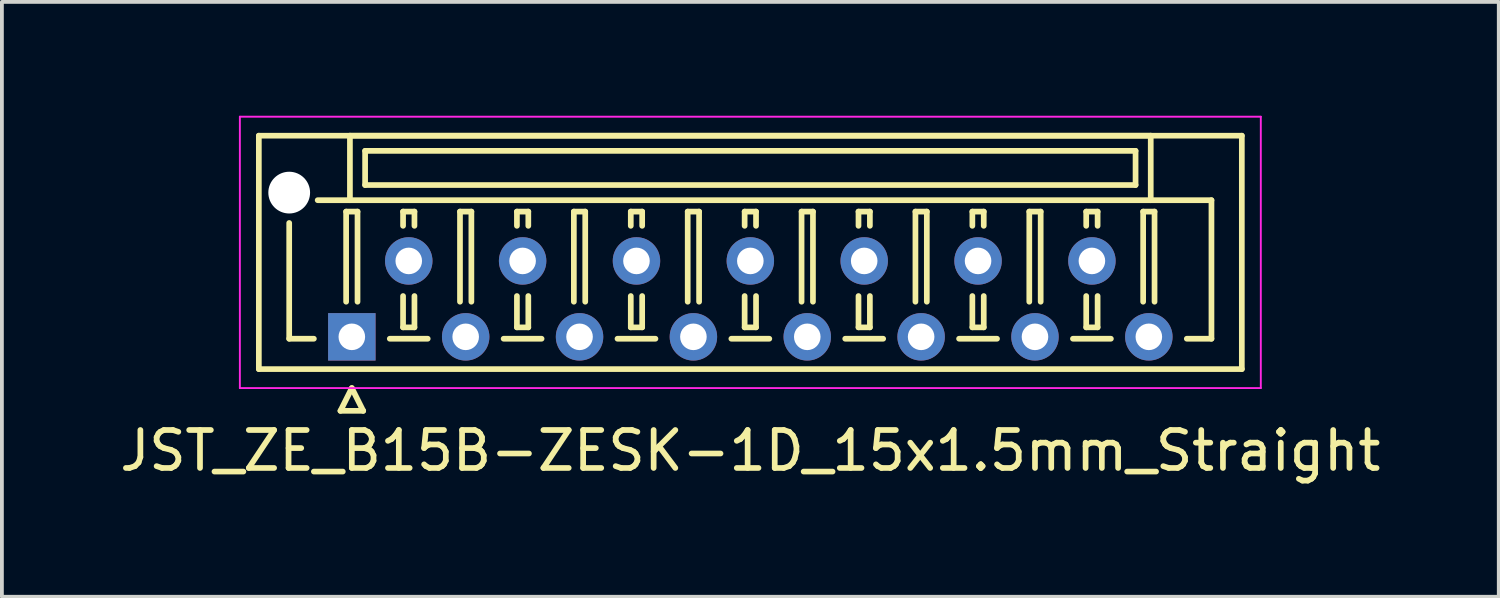
<source format=kicad_pcb>
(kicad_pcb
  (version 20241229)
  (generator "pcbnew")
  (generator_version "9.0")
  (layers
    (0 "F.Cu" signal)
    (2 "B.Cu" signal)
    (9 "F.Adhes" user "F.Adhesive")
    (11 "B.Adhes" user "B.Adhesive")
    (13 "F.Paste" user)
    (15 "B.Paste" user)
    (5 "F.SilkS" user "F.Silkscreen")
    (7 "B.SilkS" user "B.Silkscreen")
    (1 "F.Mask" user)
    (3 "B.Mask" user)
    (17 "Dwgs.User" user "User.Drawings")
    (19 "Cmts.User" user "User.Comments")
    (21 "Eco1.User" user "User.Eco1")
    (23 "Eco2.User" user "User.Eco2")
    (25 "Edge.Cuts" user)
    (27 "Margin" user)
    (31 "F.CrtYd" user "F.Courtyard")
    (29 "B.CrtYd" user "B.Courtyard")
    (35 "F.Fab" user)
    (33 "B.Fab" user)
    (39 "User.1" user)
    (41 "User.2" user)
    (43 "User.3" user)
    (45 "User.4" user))
  (footprint "JST_ZE_B15B-ZESK-1D_15x1.5mm_Straight"
    (layer "F.Cu")
    (at 6.22 5.825)
    (property "Reference" "JST_ZE_B15B-ZESK-1D_15x1.5mm_Straight" (at 10.5 3 0) (layer "F.SilkS") (effects (font (size 1 1) (thickness 0.15))))
    (attr through_hole)
    (fp_line (start -2.45 -5.3) (end -2.45 0.85) (stroke (width 0.15) (type solid)) (layer "F.SilkS"))
    (fp_line (start -2.45 0.85) (end 23.45 0.85) (stroke (width 0.15) (type solid)) (layer "F.SilkS"))
    (fp_line (start -1.65 -3) (end -1.65 0.05) (stroke (width 0.15) (type solid)) (layer "F.SilkS"))
    (fp_line (start -1.65 0.05) (end -1 0.05) (stroke (width 0.15) (type solid)) (layer "F.SilkS"))
    (fp_line (start -0.3 1.95) (end 0 1.35) (stroke (width 0.15) (type solid)) (layer "F.SilkS"))
    (fp_line (start -0.15 -3.3) (end 0.15 -3.3) (stroke (width 0.15) (type solid)) (layer "F.SilkS"))
    (fp_line (start -0.15 -0.925) (end -0.15 -3.3) (stroke (width 0.15) (type solid)) (layer "F.SilkS"))
    (fp_line (start -0.05 -5.3) (end -0.05 -3.6) (stroke (width 0.15) (type solid)) (layer "F.SilkS"))
    (fp_line (start -0.05 -3.6) (end -0.9 -3.6) (stroke (width 0.15) (type solid)) (layer "F.SilkS"))
    (fp_line (start -0.05 -3.6) (end 21.05 -3.6) (stroke (width 0.15) (type solid)) (layer "F.SilkS"))
    (fp_line (start 0 1.35) (end 0.3 1.95) (stroke (width 0.15) (type solid)) (layer "F.SilkS"))
    (fp_line (start 0.15 -3.3) (end 0.15 -0.925) (stroke (width 0.15) (type solid)) (layer "F.SilkS"))
    (fp_line (start 0.3 1.95) (end -0.3 1.95) (stroke (width 0.15) (type solid)) (layer "F.SilkS"))
    (fp_line (start 0.35 -4.9) (end 0.35 -4) (stroke (width 0.15) (type solid)) (layer "F.SilkS"))
    (fp_line (start 0.35 -4) (end 20.65 -4) (stroke (width 0.15) (type solid)) (layer "F.SilkS"))
    (fp_line (start 1 0.05) (end 2 0.05) (stroke (width 0.15) (type solid)) (layer "F.SilkS"))
    (fp_line (start 1.35 -3.3) (end 1.65 -3.3) (stroke (width 0.15) (type solid)) (layer "F.SilkS"))
    (fp_line (start 1.35 -2.925) (end 1.35 -3.3) (stroke (width 0.15) (type solid)) (layer "F.SilkS"))
    (fp_line (start 1.35 -1.075) (end 1.35 -0.25) (stroke (width 0.15) (type solid)) (layer "F.SilkS"))
    (fp_line (start 1.35 -0.25) (end 1.65 -0.25) (stroke (width 0.15) (type solid)) (layer "F.SilkS"))
    (fp_line (start 1.65 -3.3) (end 1.65 -2.925) (stroke (width 0.15) (type solid)) (layer "F.SilkS"))
    (fp_line (start 1.65 -0.25) (end 1.65 -1.075) (stroke (width 0.15) (type solid)) (layer "F.SilkS"))
    (fp_line (start 2.85 -3.3) (end 3.15 -3.3) (stroke (width 0.15) (type solid)) (layer "F.SilkS"))
    (fp_line (start 2.85 -0.925) (end 2.85 -3.3) (stroke (width 0.15) (type solid)) (layer "F.SilkS"))
    (fp_line (start 3.15 -3.3) (end 3.15 -0.925) (stroke (width 0.15) (type solid)) (layer "F.SilkS"))
    (fp_line (start 4 0.05) (end 5 0.05) (stroke (width 0.15) (type solid)) (layer "F.SilkS"))
    (fp_line (start 4.35 -3.3) (end 4.65 -3.3) (stroke (width 0.15) (type solid)) (layer "F.SilkS"))
    (fp_line (start 4.35 -2.925) (end 4.35 -3.3) (stroke (width 0.15) (type solid)) (layer "F.SilkS"))
    (fp_line (start 4.35 -1.075) (end 4.35 -0.25) (stroke (width 0.15) (type solid)) (layer "F.SilkS"))
    (fp_line (start 4.35 -0.25) (end 4.65 -0.25) (stroke (width 0.15) (type solid)) (layer "F.SilkS"))
    (fp_line (start 4.65 -3.3) (end 4.65 -2.925) (stroke (width 0.15) (type solid)) (layer "F.SilkS"))
    (fp_line (start 4.65 -0.25) (end 4.65 -1.075) (stroke (width 0.15) (type solid)) (layer "F.SilkS"))
    (fp_line (start 5.85 -3.3) (end 6.15 -3.3) (stroke (width 0.15) (type solid)) (layer "F.SilkS"))
    (fp_line (start 5.85 -0.925) (end 5.85 -3.3) (stroke (width 0.15) (type solid)) (layer "F.SilkS"))
    (fp_line (start 6.15 -3.3) (end 6.15 -0.925) (stroke (width 0.15) (type solid)) (layer "F.SilkS"))
    (fp_line (start 7 0.05) (end 8 0.05) (stroke (width 0.15) (type solid)) (layer "F.SilkS"))
    (fp_line (start 7.35 -3.3) (end 7.65 -3.3) (stroke (width 0.15) (type solid)) (layer "F.SilkS"))
    (fp_line (start 7.35 -2.925) (end 7.35 -3.3) (stroke (width 0.15) (type solid)) (layer "F.SilkS"))
    (fp_line (start 7.35 -1.075) (end 7.35 -0.25) (stroke (width 0.15) (type solid)) (layer "F.SilkS"))
    (fp_line (start 7.35 -0.25) (end 7.65 -0.25) (stroke (width 0.15) (type solid)) (layer "F.SilkS"))
    (fp_line (start 7.65 -3.3) (end 7.65 -2.925) (stroke (width 0.15) (type solid)) (layer "F.SilkS"))
    (fp_line (start 7.65 -0.25) (end 7.65 -1.075) (stroke (width 0.15) (type solid)) (layer "F.SilkS"))
    (fp_line (start 8.85 -3.3) (end 9.15 -3.3) (stroke (width 0.15) (type solid)) (layer "F.SilkS"))
    (fp_line (start 8.85 -0.925) (end 8.85 -3.3) (stroke (width 0.15) (type solid)) (layer "F.SilkS"))
    (fp_line (start 9.15 -3.3) (end 9.15 -0.925) (stroke (width 0.15) (type solid)) (layer "F.SilkS"))
    (fp_line (start 10 0.05) (end 11 0.05) (stroke (width 0.15) (type solid)) (layer "F.SilkS"))
    (fp_line (start 10.35 -3.3) (end 10.65 -3.3) (stroke (width 0.15) (type solid)) (layer "F.SilkS"))
    (fp_line (start 10.35 -2.925) (end 10.35 -3.3) (stroke (width 0.15) (type solid)) (layer "F.SilkS"))
    (fp_line (start 10.35 -1.075) (end 10.35 -0.25) (stroke (width 0.15) (type solid)) (layer "F.SilkS"))
    (fp_line (start 10.35 -0.25) (end 10.65 -0.25) (stroke (width 0.15) (type solid)) (layer "F.SilkS"))
    (fp_line (start 10.65 -3.3) (end 10.65 -2.925) (stroke (width 0.15) (type solid)) (layer "F.SilkS"))
    (fp_line (start 10.65 -0.25) (end 10.65 -1.075) (stroke (width 0.15) (type solid)) (layer "F.SilkS"))
    (fp_line (start 11.85 -3.3) (end 12.15 -3.3) (stroke (width 0.15) (type solid)) (layer "F.SilkS"))
    (fp_line (start 11.85 -0.925) (end 11.85 -3.3) (stroke (width 0.15) (type solid)) (layer "F.SilkS"))
    (fp_line (start 12.15 -3.3) (end 12.15 -0.925) (stroke (width 0.15) (type solid)) (layer "F.SilkS"))
    (fp_line (start 13 0.05) (end 14 0.05) (stroke (width 0.15) (type solid)) (layer "F.SilkS"))
    (fp_line (start 13.35 -3.3) (end 13.65 -3.3) (stroke (width 0.15) (type solid)) (layer "F.SilkS"))
    (fp_line (start 13.35 -2.925) (end 13.35 -3.3) (stroke (width 0.15) (type solid)) (layer "F.SilkS"))
    (fp_line (start 13.35 -1.075) (end 13.35 -0.25) (stroke (width 0.15) (type solid)) (layer "F.SilkS"))
    (fp_line (start 13.35 -0.25) (end 13.65 -0.25) (stroke (width 0.15) (type solid)) (layer "F.SilkS"))
    (fp_line (start 13.65 -3.3) (end 13.65 -2.925) (stroke (width 0.15) (type solid)) (layer "F.SilkS"))
    (fp_line (start 13.65 -0.25) (end 13.65 -1.075) (stroke (width 0.15) (type solid)) (layer "F.SilkS"))
    (fp_line (start 14.85 -3.3) (end 15.15 -3.3) (stroke (width 0.15) (type solid)) (layer "F.SilkS"))
    (fp_line (start 14.85 -0.925) (end 14.85 -3.3) (stroke (width 0.15) (type solid)) (layer "F.SilkS"))
    (fp_line (start 15.15 -3.3) (end 15.15 -0.925) (stroke (width 0.15) (type solid)) (layer "F.SilkS"))
    (fp_line (start 16 0.05) (end 17 0.05) (stroke (width 0.15) (type solid)) (layer "F.SilkS"))
    (fp_line (start 16.35 -3.3) (end 16.65 -3.3) (stroke (width 0.15) (type solid)) (layer "F.SilkS"))
    (fp_line (start 16.35 -2.925) (end 16.35 -3.3) (stroke (width 0.15) (type solid)) (layer "F.SilkS"))
    (fp_line (start 16.35 -1.075) (end 16.35 -0.25) (stroke (width 0.15) (type solid)) (layer "F.SilkS"))
    (fp_line (start 16.35 -0.25) (end 16.65 -0.25) (stroke (width 0.15) (type solid)) (layer "F.SilkS"))
    (fp_line (start 16.65 -3.3) (end 16.65 -2.925) (stroke (width 0.15) (type solid)) (layer "F.SilkS"))
    (fp_line (start 16.65 -0.25) (end 16.65 -1.075) (stroke (width 0.15) (type solid)) (layer "F.SilkS"))
    (fp_line (start 17.85 -3.3) (end 18.15 -3.3) (stroke (width 0.15) (type solid)) (layer "F.SilkS"))
    (fp_line (start 17.85 -0.925) (end 17.85 -3.3) (stroke (width 0.15) (type solid)) (layer "F.SilkS"))
    (fp_line (start 18.15 -3.3) (end 18.15 -0.925) (stroke (width 0.15) (type solid)) (layer "F.SilkS"))
    (fp_line (start 19 0.05) (end 20 0.05) (stroke (width 0.15) (type solid)) (layer "F.SilkS"))
    (fp_line (start 19.35 -3.3) (end 19.65 -3.3) (stroke (width 0.15) (type solid)) (layer "F.SilkS"))
    (fp_line (start 19.35 -2.925) (end 19.35 -3.3) (stroke (width 0.15) (type solid)) (layer "F.SilkS"))
    (fp_line (start 19.35 -1.075) (end 19.35 -0.25) (stroke (width 0.15) (type solid)) (layer "F.SilkS"))
    (fp_line (start 19.35 -0.25) (end 19.65 -0.25) (stroke (width 0.15) (type solid)) (layer "F.SilkS"))
    (fp_line (start 19.65 -3.3) (end 19.65 -2.925) (stroke (width 0.15) (type solid)) (layer "F.SilkS"))
    (fp_line (start 19.65 -0.25) (end 19.65 -1.075) (stroke (width 0.15) (type solid)) (layer "F.SilkS"))
    (fp_line (start 20.65 -4.9) (end 0.35 -4.9) (stroke (width 0.15) (type solid)) (layer "F.SilkS"))
    (fp_line (start 20.65 -4) (end 20.65 -4.9) (stroke (width 0.15) (type solid)) (layer "F.SilkS"))
    (fp_line (start 20.85 -3.3) (end 21.15 -3.3) (stroke (width 0.15) (type solid)) (layer "F.SilkS"))
    (fp_line (start 20.85 -0.925) (end 20.85 -3.3) (stroke (width 0.15) (type solid)) (layer "F.SilkS"))
    (fp_line (start 21.05 -5.3) (end -0.05 -5.3) (stroke (width 0.15) (type solid)) (layer "F.SilkS"))
    (fp_line (start 21.05 -3.6) (end 21.05 -5.3) (stroke (width 0.15) (type solid)) (layer "F.SilkS"))
    (fp_line (start 21.05 -3.6) (end 22.65 -3.6) (stroke (width 0.15) (type solid)) (layer "F.SilkS"))
    (fp_line (start 21.15 -3.3) (end 21.15 -0.925) (stroke (width 0.15) (type solid)) (layer "F.SilkS"))
    (fp_line (start 22.65 -3.6) (end 22.65 0.05) (stroke (width 0.15) (type solid)) (layer "F.SilkS"))
    (fp_line (start 22.65 0.05) (end 22 0.05) (stroke (width 0.15) (type solid)) (layer "F.SilkS"))
    (fp_line (start 23.45 -5.3) (end -2.45 -5.3) (stroke (width 0.15) (type solid)) (layer "F.SilkS"))
    (fp_line (start 23.45 0.85) (end 23.45 -5.3) (stroke (width 0.15) (type solid)) (layer "F.SilkS"))
    (fp_line (start -2.95 -5.8) (end -2.95 1.35) (stroke (width 0.05) (type solid)) (layer "F.CrtYd"))
    (fp_line (start -2.95 1.35) (end 23.95 1.35) (stroke (width 0.05) (type solid)) (layer "F.CrtYd"))
    (fp_line (start 23.95 -5.8) (end -2.95 -5.8) (stroke (width 0.05) (type solid)) (layer "F.CrtYd"))
    (fp_line (start 23.95 1.35) (end 23.95 -5.8) (stroke (width 0.05) (type solid)) (layer "F.CrtYd"))
    (pad "" np_thru_hole circle (at -1.65 -3.8) (size 1.1 1.1) (drill 1.1) (layers "*.Cu"))
    (pad "1" thru_hole rect (at 0 0) (size 1.25 1.25) (drill 0.7) (layers "*.Cu" "*.Mask"))
    (pad "2" thru_hole circle (at 1.5 -2) (size 1.25 1.25) (drill 0.7) (layers "*.Cu" "*.Mask"))
    (pad "3" thru_hole circle (at 3 0) (size 1.25 1.25) (drill 0.7) (layers "*.Cu" "*.Mask"))
    (pad "4" thru_hole circle (at 4.5 -2) (size 1.25 1.25) (drill 0.7) (layers "*.Cu" "*.Mask"))
    (pad "5" thru_hole circle (at 6 0) (size 1.25 1.25) (drill 0.7) (layers "*.Cu" "*.Mask"))
    (pad "6" thru_hole circle (at 7.5 -2) (size 1.25 1.25) (drill 0.7) (layers "*.Cu" "*.Mask"))
    (pad "7" thru_hole circle (at 9 0) (size 1.25 1.25) (drill 0.7) (layers "*.Cu" "*.Mask"))
    (pad "8" thru_hole circle (at 10.5 -2) (size 1.25 1.25) (drill 0.7) (layers "*.Cu" "*.Mask"))
    (pad "9" thru_hole circle (at 12 0) (size 1.25 1.25) (drill 0.7) (layers "*.Cu" "*.Mask"))
    (pad "10" thru_hole circle (at 13.5 -2) (size 1.25 1.25) (drill 0.7) (layers "*.Cu" "*.Mask"))
    (pad "11" thru_hole circle (at 15 0) (size 1.25 1.25) (drill 0.7) (layers "*.Cu" "*.Mask"))
    (pad "12" thru_hole circle (at 16.5 -2) (size 1.25 1.25) (drill 0.7) (layers "*.Cu" "*.Mask"))
    (pad "13" thru_hole circle (at 18 0) (size 1.25 1.25) (drill 0.7) (layers "*.Cu" "*.Mask"))
    (pad "14" thru_hole circle (at 19.5 -2) (size 1.25 1.25) (drill 0.7) (layers "*.Cu" "*.Mask"))
    (pad "15" thru_hole circle (at 21 0) (size 1.25 1.25) (drill 0.7) (layers "*.Cu" "*.Mask")))
  (gr_rect
    (start -3 -3)
    (end 36.44 12.673)
    (stroke (width 0.1) (type default))
    (fill no)
    (layer "Edge.Cuts")))
</source>
